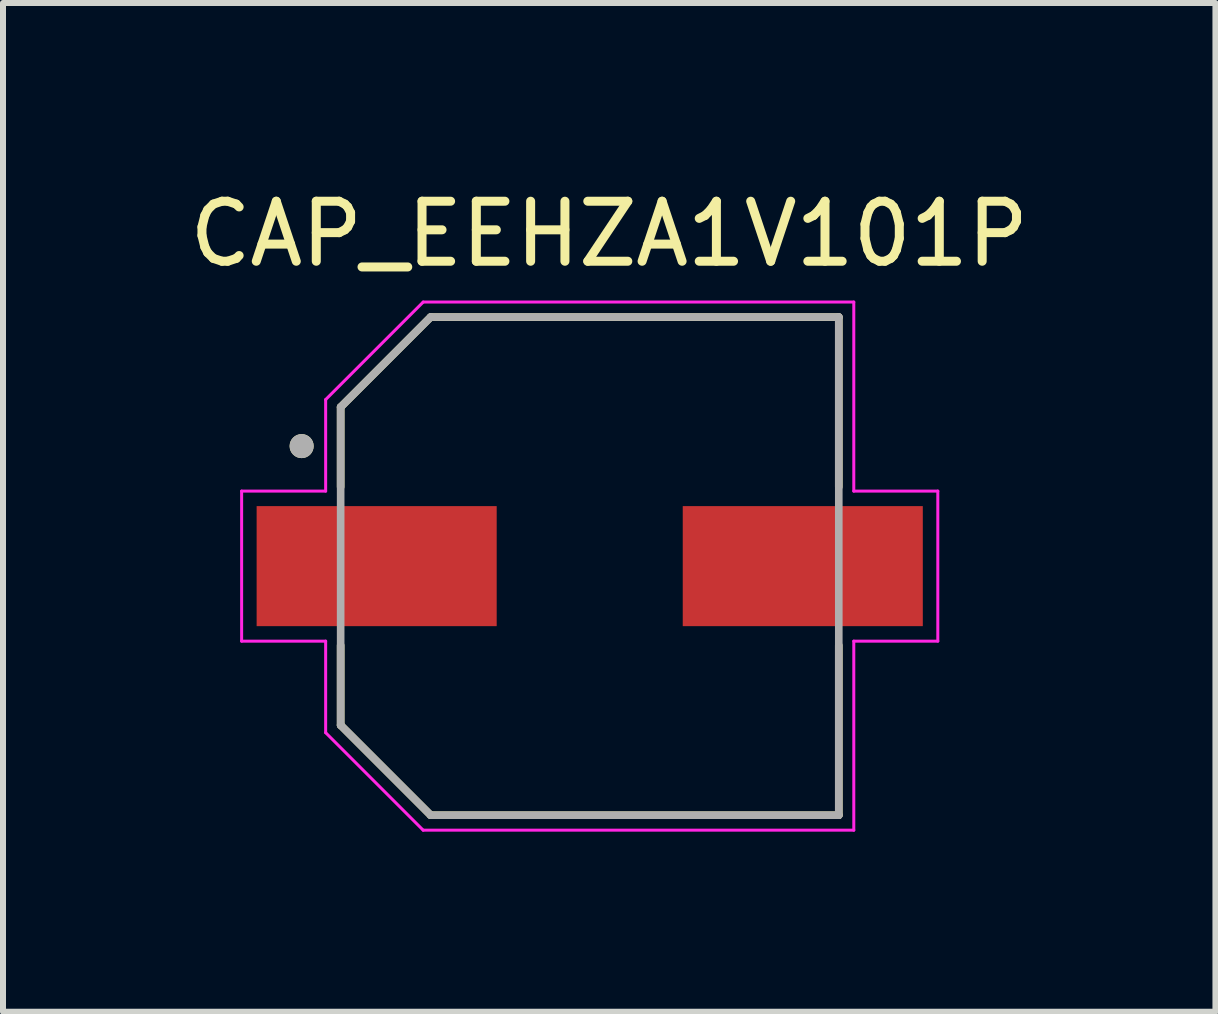
<source format=kicad_pcb>
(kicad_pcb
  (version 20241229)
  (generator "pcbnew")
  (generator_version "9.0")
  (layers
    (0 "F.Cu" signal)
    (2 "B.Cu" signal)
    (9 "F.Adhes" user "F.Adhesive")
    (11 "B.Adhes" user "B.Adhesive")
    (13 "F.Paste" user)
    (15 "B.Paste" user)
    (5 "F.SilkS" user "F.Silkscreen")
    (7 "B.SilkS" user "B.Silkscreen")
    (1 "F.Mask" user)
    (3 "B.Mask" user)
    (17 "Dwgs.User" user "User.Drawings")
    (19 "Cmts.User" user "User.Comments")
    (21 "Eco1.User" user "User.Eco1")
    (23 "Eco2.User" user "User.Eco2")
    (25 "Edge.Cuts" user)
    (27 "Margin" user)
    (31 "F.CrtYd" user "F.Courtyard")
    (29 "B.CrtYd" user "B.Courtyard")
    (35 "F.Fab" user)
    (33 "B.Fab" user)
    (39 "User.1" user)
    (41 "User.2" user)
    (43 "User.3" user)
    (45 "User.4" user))
  (footprint "CAP_EEHZA1V101P"
    (layer "F.Cu")
    (at 6.776 6.383)
    (property "Reference" "CAP_EEHZA1V101P" (at 0.325 -5.535 0) (layer "F.SilkS") (effects (font (size 1 1) (thickness 0.15))))
    (attr smd)
    (fp_line (start -4.15 -2.65) (end -4.15 -1.32) (stroke (width 0.127) (type solid)) (layer "F.SilkS"))
    (fp_line (start -4.15 1.32) (end -4.15 2.65) (stroke (width 0.127) (type solid)) (layer "F.SilkS"))
    (fp_line (start -4.15 2.65) (end -2.65 4.15) (stroke (width 0.127) (type solid)) (layer "F.SilkS"))
    (fp_line (start -2.65 -4.15) (end -4.15 -2.65) (stroke (width 0.127) (type solid)) (layer "F.SilkS"))
    (fp_line (start -2.65 4.15) (end 4.15 4.15) (stroke (width 0.127) (type solid)) (layer "F.SilkS"))
    (fp_line (start 4.15 -4.15) (end -2.65 -4.15) (stroke (width 0.127) (type solid)) (layer "F.SilkS"))
    (fp_line (start 4.15 -1.32) (end 4.15 -4.15) (stroke (width 0.127) (type solid)) (layer "F.SilkS"))
    (fp_line (start 4.15 4.15) (end 4.15 1.32) (stroke (width 0.127) (type solid)) (layer "F.SilkS"))
    (fp_circle (center -4.8 -2) (end -4.7 -2) (stroke (width 0.2) (type solid)) (fill no) (layer "F.SilkS"))
    (fp_line (start -5.8 -1.25) (end -4.4 -1.25) (stroke (width 0.05) (type solid)) (layer "F.CrtYd"))
    (fp_line (start -5.8 1.25) (end -5.8 -1.25) (stroke (width 0.05) (type solid)) (layer "F.CrtYd"))
    (fp_line (start -4.4 -2.775) (end -2.775 -4.4) (stroke (width 0.05) (type solid)) (layer "F.CrtYd"))
    (fp_line (start -4.4 -1.25) (end -4.4 -2.775) (stroke (width 0.05) (type solid)) (layer "F.CrtYd"))
    (fp_line (start -4.4 1.25) (end -5.8 1.25) (stroke (width 0.05) (type solid)) (layer "F.CrtYd"))
    (fp_line (start -4.4 2.775) (end -4.4 1.25) (stroke (width 0.05) (type solid)) (layer "F.CrtYd"))
    (fp_line (start -2.775 -4.4) (end 4.4 -4.4) (stroke (width 0.05) (type solid)) (layer "F.CrtYd"))
    (fp_line (start -2.775 4.4) (end -4.4 2.775) (stroke (width 0.05) (type solid)) (layer "F.CrtYd"))
    (fp_line (start 4.4 -4.4) (end 4.4 -1.25) (stroke (width 0.05) (type solid)) (layer "F.CrtYd"))
    (fp_line (start 4.4 -1.25) (end 5.8 -1.25) (stroke (width 0.05) (type solid)) (layer "F.CrtYd"))
    (fp_line (start 4.4 1.25) (end 4.4 4.4) (stroke (width 0.05) (type solid)) (layer "F.CrtYd"))
    (fp_line (start 4.4 4.4) (end -2.775 4.4) (stroke (width 0.05) (type solid)) (layer "F.CrtYd"))
    (fp_line (start 5.8 -1.25) (end 5.8 1.25) (stroke (width 0.05) (type solid)) (layer "F.CrtYd"))
    (fp_line (start 5.8 1.25) (end 4.4 1.25) (stroke (width 0.05) (type solid)) (layer "F.CrtYd"))
    (fp_line (start -4.15 -2.65) (end -4.15 2.65) (stroke (width 0.127) (type solid)) (layer "F.Fab"))
    (fp_line (start -4.15 2.65) (end -2.65 4.15) (stroke (width 0.127) (type solid)) (layer "F.Fab"))
    (fp_line (start -2.65 -4.15) (end -4.15 -2.65) (stroke (width 0.127) (type solid)) (layer "F.Fab"))
    (fp_line (start -2.65 4.15) (end 4.15 4.15) (stroke (width 0.127) (type solid)) (layer "F.Fab"))
    (fp_line (start 4.15 -4.15) (end -2.65 -4.15) (stroke (width 0.127) (type solid)) (layer "F.Fab"))
    (fp_line (start 4.15 4.15) (end 4.15 -4.15) (stroke (width 0.127) (type solid)) (layer "F.Fab"))
    (fp_circle (center -4.8 -2) (end -4.7 -2) (stroke (width 0.2) (type solid)) (fill no) (layer "F.Fab"))
    (pad "1" smd rect (at -3.55 0) (size 4 2) (layers "F.Cu" "F.Mask" "F.Paste"))
    (pad "2" smd rect (at 3.55 0) (size 4 2) (layers "F.Cu" "F.Mask" "F.Paste")))
  (gr_rect
    (start -3 -3)
    (end 17.202 13.808)
    (stroke (width 0.1) (type default))
    (fill no)
    (layer "Edge.Cuts")))
</source>
